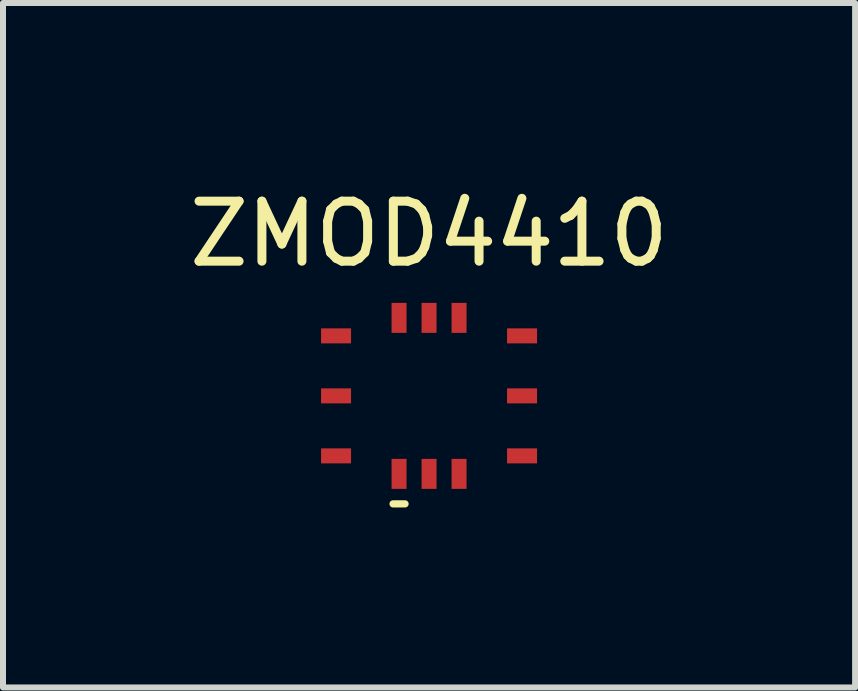
<source format=kicad_pcb>
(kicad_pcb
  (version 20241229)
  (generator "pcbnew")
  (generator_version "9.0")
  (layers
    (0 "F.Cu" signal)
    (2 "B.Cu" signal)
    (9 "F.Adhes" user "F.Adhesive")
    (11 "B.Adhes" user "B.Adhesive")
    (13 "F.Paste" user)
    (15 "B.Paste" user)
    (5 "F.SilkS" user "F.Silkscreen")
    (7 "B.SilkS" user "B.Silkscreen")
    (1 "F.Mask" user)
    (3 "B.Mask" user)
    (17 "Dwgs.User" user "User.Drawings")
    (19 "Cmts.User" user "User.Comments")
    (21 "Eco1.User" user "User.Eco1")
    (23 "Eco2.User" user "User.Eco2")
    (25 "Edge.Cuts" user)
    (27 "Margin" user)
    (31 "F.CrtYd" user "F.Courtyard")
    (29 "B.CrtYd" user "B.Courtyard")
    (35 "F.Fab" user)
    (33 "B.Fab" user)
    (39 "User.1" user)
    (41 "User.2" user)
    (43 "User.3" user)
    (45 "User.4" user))
  (footprint "ZMOD4410"
    (layer "F.Cu")
    (at 4.101 3.548)
    (property "Reference" "ZMOD4410" (at 0 -2.7 180) (layer "F.SilkS") (effects (font (size 1 1) (thickness 0.15))))
    (attr through_hole)
    (fp_line (start -0.6 1.8) (end -0.4 1.8) (stroke (width 0.12) (type solid)) (layer "F.SilkS"))
    (pad "1" smd rect (at -0.5 1.3) (size 0.25 0.5) (layers "F.Cu" "F.Mask" "F.Paste"))
    (pad "2" smd rect (at 0 1.3) (size 0.25 0.5) (layers "F.Cu" "F.Mask" "F.Paste"))
    (pad "3" smd rect (at 0.5 1.3) (size 0.25 0.5) (layers "F.Cu" "F.Mask" "F.Paste"))
    (pad "4" smd rect (at 1.55 1 90) (size 0.25 0.5) (layers "F.Cu" "F.Mask" "F.Paste"))
    (pad "5" smd rect (at 1.55 0 90) (size 0.25 0.5) (layers "F.Cu" "F.Mask" "F.Paste"))
    (pad "6" smd rect (at 1.55 -1 90) (size 0.25 0.5) (layers "F.Cu" "F.Mask" "F.Paste"))
    (pad "7" smd rect (at 0.5 -1.3 180) (size 0.25 0.5) (layers "F.Cu" "F.Mask" "F.Paste"))
    (pad "8" smd rect (at 0 -1.3 180) (size 0.25 0.5) (layers "F.Cu" "F.Mask" "F.Paste"))
    (pad "9" smd rect (at -0.5 -1.3 180) (size 0.25 0.5) (layers "F.Cu" "F.Mask" "F.Paste"))
    (pad "10" smd rect (at -1.55 -1 270) (size 0.25 0.5) (layers "F.Cu" "F.Mask" "F.Paste"))
    (pad "11" smd rect (at -1.55 0 270) (size 0.25 0.5) (layers "F.Cu" "F.Mask" "F.Paste"))
    (pad "12" smd rect (at -1.55 1 270) (size 0.25 0.5) (layers "F.Cu" "F.Mask" "F.Paste")))
  (gr_rect
    (start -3 -3)
    (end 11.202 8.408)
    (stroke (width 0.1) (type default))
    (fill no)
    (layer "Edge.Cuts")))
</source>
